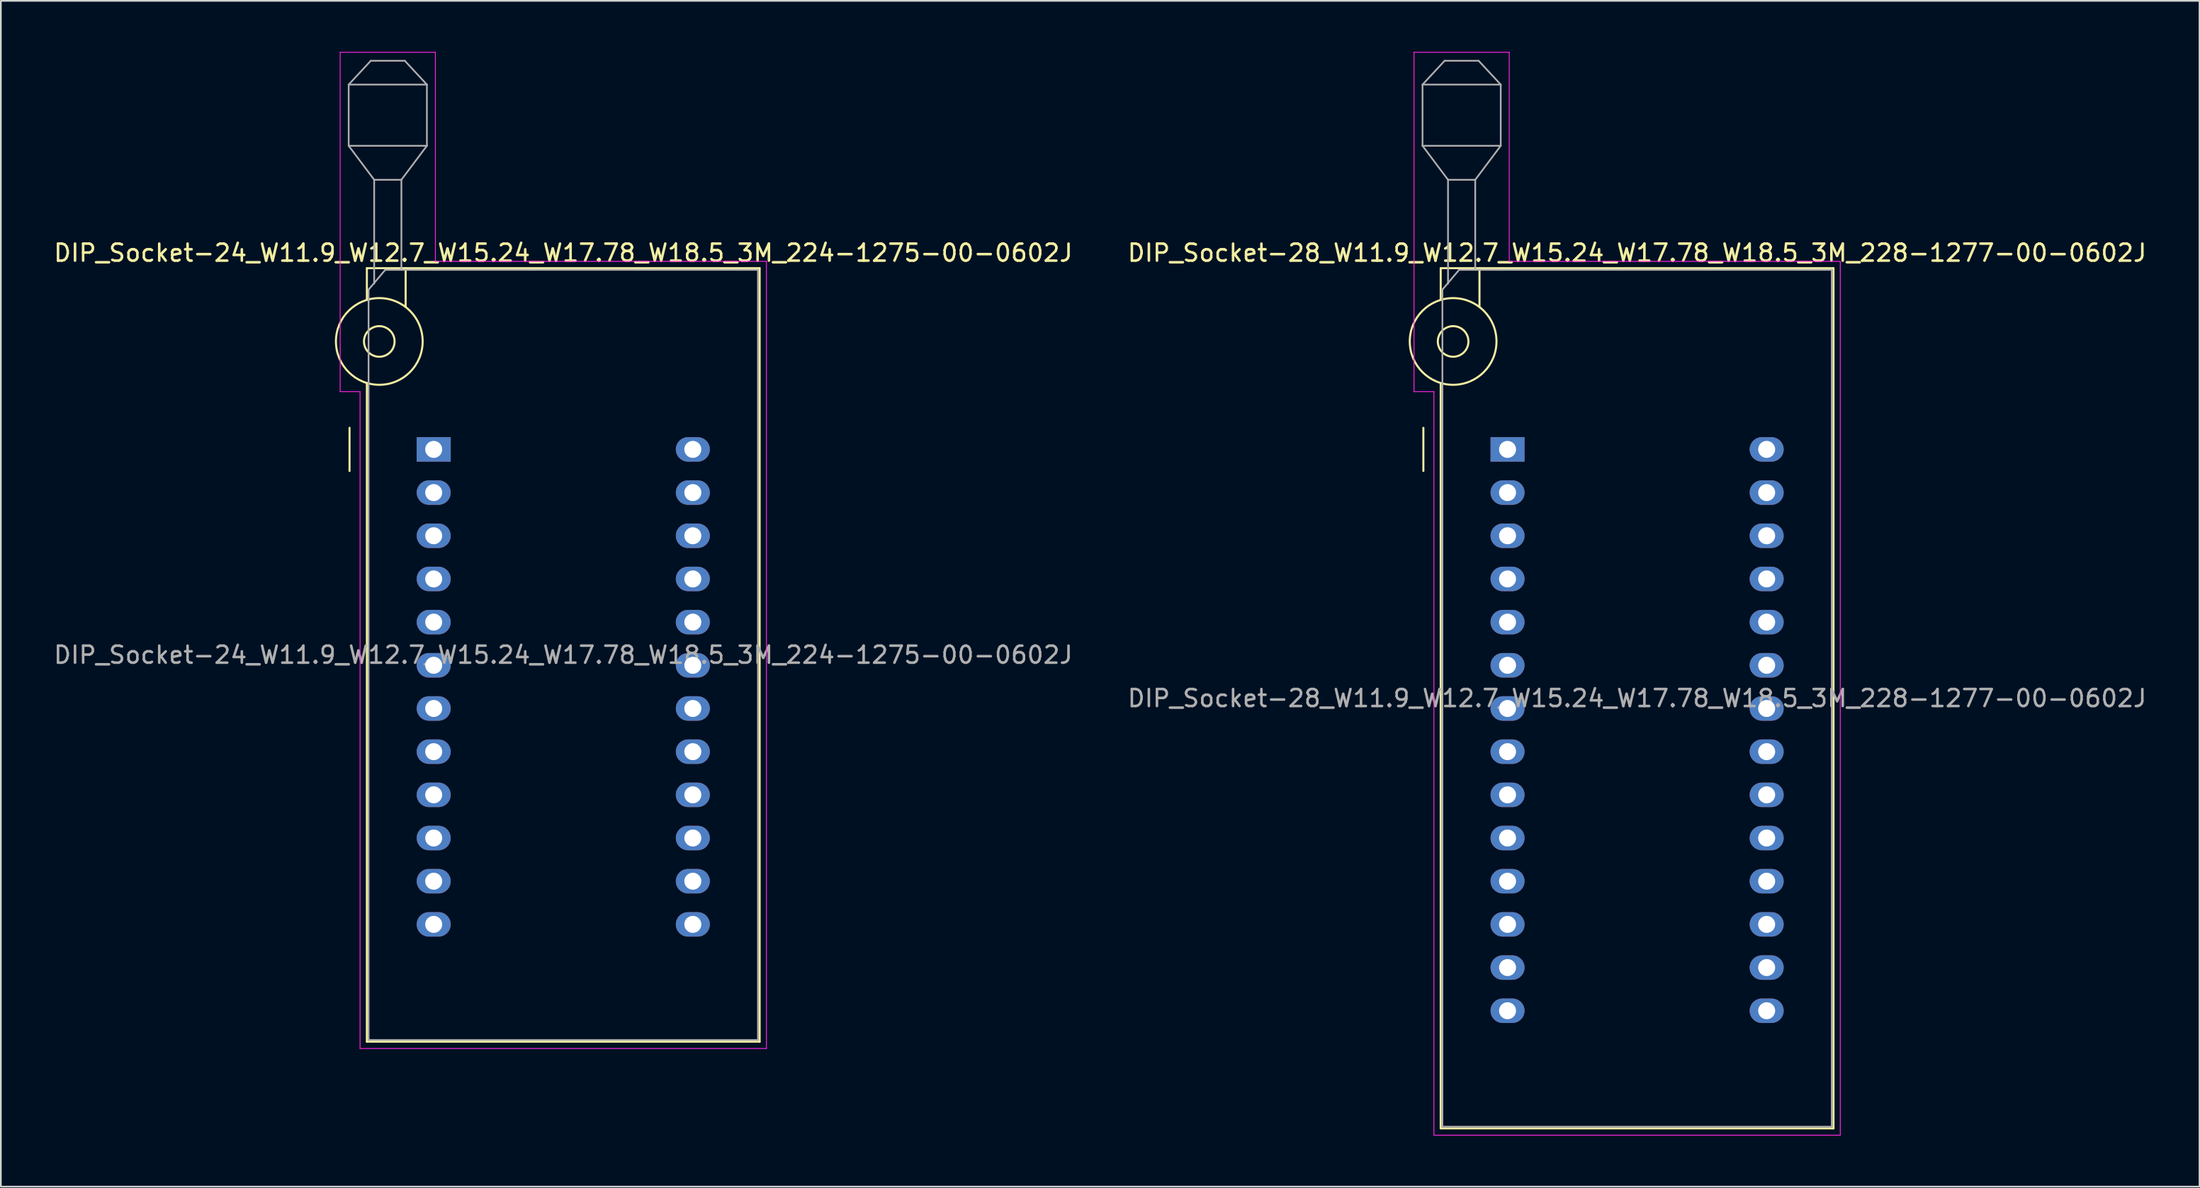
<source format=kicad_pcb>
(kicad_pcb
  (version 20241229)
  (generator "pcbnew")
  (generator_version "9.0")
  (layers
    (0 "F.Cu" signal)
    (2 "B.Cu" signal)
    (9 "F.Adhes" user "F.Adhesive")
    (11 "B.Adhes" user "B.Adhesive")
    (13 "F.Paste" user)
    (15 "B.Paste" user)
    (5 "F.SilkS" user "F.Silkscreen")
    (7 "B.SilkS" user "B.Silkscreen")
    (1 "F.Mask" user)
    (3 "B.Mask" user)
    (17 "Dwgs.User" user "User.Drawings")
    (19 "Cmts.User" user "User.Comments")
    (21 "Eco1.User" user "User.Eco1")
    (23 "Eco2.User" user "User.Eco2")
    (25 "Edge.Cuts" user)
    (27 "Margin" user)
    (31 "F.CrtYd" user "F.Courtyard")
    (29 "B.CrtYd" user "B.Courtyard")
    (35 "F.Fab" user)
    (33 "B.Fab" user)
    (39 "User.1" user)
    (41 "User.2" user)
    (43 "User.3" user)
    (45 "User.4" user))
  (footprint "DIP_Socket-28_W11.9_W12.7_W15.24_W17.78_W18.5_3M_228-1277-00-0602J"
    (layer "F.Cu")
    (at 85.612 23.385)
    (property "Reference" "DIP_Socket-28_W11.9_W12.7_W15.24_W17.78_W18.5_3M_228-1277-00-0602J" (at 7.62 -11.56 0) (layer "F.SilkS") (effects (font (size 1 1) (thickness 0.15))))
    (attr through_hole)
    (fp_line (start -4.95 1.27) (end -4.95 -1.27) (stroke (width 0.12) (type solid)) (layer "F.SilkS"))
    (fp_line (start -3.93 -10.66) (end -3.93 -8.8) (stroke (width 0.12) (type solid)) (layer "F.SilkS"))
    (fp_line (start -3.93 -3.9) (end -3.93 39.94) (stroke (width 0.12) (type solid)) (layer "F.SilkS"))
    (fp_line (start -3.93 39.94) (end 19.17 39.94) (stroke (width 0.12) (type solid)) (layer "F.SilkS"))
    (fp_line (start -1.65 -10.66) (end -1.65 -8.4) (stroke (width 0.12) (type solid)) (layer "F.SilkS"))
    (fp_line (start 19.17 -10.66) (end -3.93 -10.66) (stroke (width 0.12) (type solid)) (layer "F.SilkS"))
    (fp_line (start 19.17 39.94) (end 19.17 -10.66) (stroke (width 0.12) (type solid)) (layer "F.SilkS"))
    (fp_circle (center -3.2 -6.35) (end -2.3 -6.35) (stroke (width 0.12) (type solid)) (fill no) (layer "F.SilkS"))
    (fp_circle (center -3.2 -6.35) (end -0.65 -6.35) (stroke (width 0.12) (type solid)) (fill no) (layer "F.SilkS"))
    (fp_line (start -5.5 -23.36) (end 0.1 -23.36) (stroke (width 0.05) (type solid)) (layer "F.CrtYd"))
    (fp_line (start -5.5 -3.4) (end -5.5 -23.36) (stroke (width 0.05) (type solid)) (layer "F.CrtYd"))
    (fp_line (start -4.33 -3.4) (end -5.5 -3.4) (stroke (width 0.05) (type solid)) (layer "F.CrtYd"))
    (fp_line (start -4.33 40.34) (end -4.33 -3.4) (stroke (width 0.05) (type solid)) (layer "F.CrtYd"))
    (fp_line (start 0.1 -23.36) (end 0.1 -11.06) (stroke (width 0.05) (type solid)) (layer "F.CrtYd"))
    (fp_line (start 0.1 -11.06) (end 19.57 -11.06) (stroke (width 0.05) (type solid)) (layer "F.CrtYd"))
    (fp_line (start 19.57 -11.06) (end 19.57 40.34) (stroke (width 0.05) (type solid)) (layer "F.CrtYd"))
    (fp_line (start 19.57 40.34) (end -4.33 40.34) (stroke (width 0.05) (type solid)) (layer "F.CrtYd"))
    (fp_line (start -5 -21.46) (end -5 -17.86) (stroke (width 0.1) (type solid)) (layer "F.Fab"))
    (fp_line (start -5 -21.46) (end -3.7 -22.86) (stroke (width 0.1) (type solid)) (layer "F.Fab"))
    (fp_line (start -5 -17.86) (end -3.5 -15.86) (stroke (width 0.1) (type solid)) (layer "F.Fab"))
    (fp_line (start -5 -17.86) (end -0.4 -17.86) (stroke (width 0.1) (type solid)) (layer "F.Fab"))
    (fp_line (start -3.83 -9.4) (end -2.85 -10.56) (stroke (width 0.1) (type solid)) (layer "F.Fab"))
    (fp_line (start -3.83 39.84) (end -3.83 -9.4) (stroke (width 0.1) (type solid)) (layer "F.Fab"))
    (fp_line (start -3.7 -22.86) (end -1.7 -22.86) (stroke (width 0.1) (type solid)) (layer "F.Fab"))
    (fp_line (start -3.5 -15.86) (end -1.9 -15.86) (stroke (width 0.1) (type solid)) (layer "F.Fab"))
    (fp_line (start -3.5 -9.75) (end -3.5 -15.86) (stroke (width 0.1) (type solid)) (layer "F.Fab"))
    (fp_line (start -2.85 -10.56) (end 19.07 -10.56) (stroke (width 0.1) (type solid)) (layer "F.Fab"))
    (fp_line (start -1.9 -15.86) (end -1.9 -10.56) (stroke (width 0.1) (type solid)) (layer "F.Fab"))
    (fp_line (start -1.7 -22.86) (end -0.4 -21.46) (stroke (width 0.1) (type solid)) (layer "F.Fab"))
    (fp_line (start -0.4 -21.46) (end -5 -21.46) (stroke (width 0.1) (type solid)) (layer "F.Fab"))
    (fp_line (start -0.4 -17.86) (end -1.9 -15.86) (stroke (width 0.1) (type solid)) (layer "F.Fab"))
    (fp_line (start -0.4 -17.86) (end -0.4 -21.46) (stroke (width 0.1) (type solid)) (layer "F.Fab"))
    (fp_line (start 19.07 -10.56) (end 19.07 39.84) (stroke (width 0.1) (type solid)) (layer "F.Fab"))
    (fp_line (start 19.07 39.84) (end -3.83 39.84) (stroke (width 0.1) (type solid)) (layer "F.Fab"))
    (fp_text user "${REFERENCE}" (at 7.62 14.64 0) (layer "F.Fab") (effects (font (size 1 1) (thickness 0.15))))
    (pad "1" thru_hole rect (at 0 0) (size 2 1.44) (drill 1) (layers "*.Cu" "*.Mask"))
    (pad "2" thru_hole oval (at 0 2.54) (size 2 1.44) (drill 1) (layers "*.Cu" "*.Mask"))
    (pad "3" thru_hole oval (at 0 5.08) (size 2 1.44) (drill 1) (layers "*.Cu" "*.Mask"))
    (pad "4" thru_hole oval (at 0 7.62) (size 2 1.44) (drill 1) (layers "*.Cu" "*.Mask"))
    (pad "5" thru_hole oval (at 0 10.16) (size 2 1.44) (drill 1) (layers "*.Cu" "*.Mask"))
    (pad "6" thru_hole oval (at 0 12.7) (size 2 1.44) (drill 1) (layers "*.Cu" "*.Mask"))
    (pad "7" thru_hole oval (at 0 15.24) (size 2 1.44) (drill 1) (layers "*.Cu" "*.Mask"))
    (pad "8" thru_hole oval (at 0 17.78) (size 2 1.44) (drill 1) (layers "*.Cu" "*.Mask"))
    (pad "9" thru_hole oval (at 0 20.32) (size 2 1.44) (drill 1) (layers "*.Cu" "*.Mask"))
    (pad "10" thru_hole oval (at 0 22.86) (size 2 1.44) (drill 1) (layers "*.Cu" "*.Mask"))
    (pad "11" thru_hole oval (at 0 25.4) (size 2 1.44) (drill 1) (layers "*.Cu" "*.Mask"))
    (pad "12" thru_hole oval (at 0 27.94) (size 2 1.44) (drill 1) (layers "*.Cu" "*.Mask"))
    (pad "13" thru_hole oval (at 0 30.48) (size 2 1.44) (drill 1) (layers "*.Cu" "*.Mask"))
    (pad "14" thru_hole oval (at 0 33.02) (size 2 1.44) (drill 1) (layers "*.Cu" "*.Mask"))
    (pad "15" thru_hole oval (at 15.24 33.02) (size 2 1.44) (drill 1) (layers "*.Cu" "*.Mask"))
    (pad "16" thru_hole oval (at 15.24 30.48) (size 2 1.44) (drill 1) (layers "*.Cu" "*.Mask"))
    (pad "17" thru_hole oval (at 15.24 27.94) (size 2 1.44) (drill 1) (layers "*.Cu" "*.Mask"))
    (pad "18" thru_hole oval (at 15.24 25.4) (size 2 1.44) (drill 1) (layers "*.Cu" "*.Mask"))
    (pad "19" thru_hole oval (at 15.24 22.86) (size 2 1.44) (drill 1) (layers "*.Cu" "*.Mask"))
    (pad "20" thru_hole oval (at 15.24 20.32) (size 2 1.44) (drill 1) (layers "*.Cu" "*.Mask"))
    (pad "21" thru_hole oval (at 15.24 17.78) (size 2 1.44) (drill 1) (layers "*.Cu" "*.Mask"))
    (pad "22" thru_hole oval (at 15.24 15.24) (size 2 1.44) (drill 1) (layers "*.Cu" "*.Mask"))
    (pad "23" thru_hole oval (at 15.24 12.7) (size 2 1.44) (drill 1) (layers "*.Cu" "*.Mask"))
    (pad "24" thru_hole oval (at 15.24 10.16) (size 2 1.44) (drill 1) (layers "*.Cu" "*.Mask"))
    (pad "25" thru_hole oval (at 15.24 7.62) (size 2 1.44) (drill 1) (layers "*.Cu" "*.Mask"))
    (pad "26" thru_hole oval (at 15.24 5.08) (size 2 1.44) (drill 1) (layers "*.Cu" "*.Mask"))
    (pad "27" thru_hole oval (at 15.24 2.54) (size 2 1.44) (drill 1) (layers "*.Cu" "*.Mask"))
    (pad "28" thru_hole oval (at 15.24 0) (size 2 1.44) (drill 1) (layers "*.Cu" "*.Mask")))
  (footprint "DIP_Socket-24_W11.9_W12.7_W15.24_W17.78_W18.5_3M_224-1275-00-0602J"
    (layer "F.Cu")
    (at 22.457 23.385)
    (property "Reference" "DIP_Socket-24_W11.9_W12.7_W15.24_W17.78_W18.5_3M_224-1275-00-0602J" (at 7.62 -11.56 0) (layer "F.SilkS") (effects (font (size 1 1) (thickness 0.15))))
    (attr through_hole)
    (fp_line (start -4.95 1.27) (end -4.95 -1.27) (stroke (width 0.12) (type solid)) (layer "F.SilkS"))
    (fp_line (start -3.93 -10.66) (end -3.93 -8.8) (stroke (width 0.12) (type solid)) (layer "F.SilkS"))
    (fp_line (start -3.93 -3.9) (end -3.93 34.84) (stroke (width 0.12) (type solid)) (layer "F.SilkS"))
    (fp_line (start -3.93 34.84) (end 19.17 34.84) (stroke (width 0.12) (type solid)) (layer "F.SilkS"))
    (fp_line (start -1.65 -10.66) (end -1.65 -8.4) (stroke (width 0.12) (type solid)) (layer "F.SilkS"))
    (fp_line (start 19.17 -10.66) (end -3.93 -10.66) (stroke (width 0.12) (type solid)) (layer "F.SilkS"))
    (fp_line (start 19.17 34.84) (end 19.17 -10.66) (stroke (width 0.12) (type solid)) (layer "F.SilkS"))
    (fp_circle (center -3.2 -6.35) (end -2.3 -6.35) (stroke (width 0.12) (type solid)) (fill no) (layer "F.SilkS"))
    (fp_circle (center -3.2 -6.35) (end -0.65 -6.35) (stroke (width 0.12) (type solid)) (fill no) (layer "F.SilkS"))
    (fp_line (start -5.5 -23.36) (end 0.1 -23.36) (stroke (width 0.05) (type solid)) (layer "F.CrtYd"))
    (fp_line (start -5.5 -3.4) (end -5.5 -23.36) (stroke (width 0.05) (type solid)) (layer "F.CrtYd"))
    (fp_line (start -4.33 -3.4) (end -5.5 -3.4) (stroke (width 0.05) (type solid)) (layer "F.CrtYd"))
    (fp_line (start -4.33 35.24) (end -4.33 -3.4) (stroke (width 0.05) (type solid)) (layer "F.CrtYd"))
    (fp_line (start 0.1 -23.36) (end 0.1 -11.06) (stroke (width 0.05) (type solid)) (layer "F.CrtYd"))
    (fp_line (start 0.1 -11.06) (end 19.57 -11.06) (stroke (width 0.05) (type solid)) (layer "F.CrtYd"))
    (fp_line (start 19.57 -11.06) (end 19.57 35.24) (stroke (width 0.05) (type solid)) (layer "F.CrtYd"))
    (fp_line (start 19.57 35.24) (end -4.33 35.24) (stroke (width 0.05) (type solid)) (layer "F.CrtYd"))
    (fp_line (start -5 -21.46) (end -5 -17.86) (stroke (width 0.1) (type solid)) (layer "F.Fab"))
    (fp_line (start -5 -21.46) (end -3.7 -22.86) (stroke (width 0.1) (type solid)) (layer "F.Fab"))
    (fp_line (start -5 -17.86) (end -3.5 -15.86) (stroke (width 0.1) (type solid)) (layer "F.Fab"))
    (fp_line (start -5 -17.86) (end -0.4 -17.86) (stroke (width 0.1) (type solid)) (layer "F.Fab"))
    (fp_line (start -3.83 -9.4) (end -2.85 -10.56) (stroke (width 0.1) (type solid)) (layer "F.Fab"))
    (fp_line (start -3.83 34.74) (end -3.83 -9.4) (stroke (width 0.1) (type solid)) (layer "F.Fab"))
    (fp_line (start -3.7 -22.86) (end -1.7 -22.86) (stroke (width 0.1) (type solid)) (layer "F.Fab"))
    (fp_line (start -3.5 -15.86) (end -1.9 -15.86) (stroke (width 0.1) (type solid)) (layer "F.Fab"))
    (fp_line (start -3.5 -9.75) (end -3.5 -15.86) (stroke (width 0.1) (type solid)) (layer "F.Fab"))
    (fp_line (start -2.85 -10.56) (end 19.07 -10.56) (stroke (width 0.1) (type solid)) (layer "F.Fab"))
    (fp_line (start -1.9 -15.86) (end -1.9 -10.56) (stroke (width 0.1) (type solid)) (layer "F.Fab"))
    (fp_line (start -1.7 -22.86) (end -0.4 -21.46) (stroke (width 0.1) (type solid)) (layer "F.Fab"))
    (fp_line (start -0.4 -21.46) (end -5 -21.46) (stroke (width 0.1) (type solid)) (layer "F.Fab"))
    (fp_line (start -0.4 -17.86) (end -1.9 -15.86) (stroke (width 0.1) (type solid)) (layer "F.Fab"))
    (fp_line (start -0.4 -17.86) (end -0.4 -21.46) (stroke (width 0.1) (type solid)) (layer "F.Fab"))
    (fp_line (start 19.07 -10.56) (end 19.07 34.74) (stroke (width 0.1) (type solid)) (layer "F.Fab"))
    (fp_line (start 19.07 34.74) (end -3.83 34.74) (stroke (width 0.1) (type solid)) (layer "F.Fab"))
    (fp_text user "${REFERENCE}" (at 7.62 12.09 0) (layer "F.Fab") (effects (font (size 1 1) (thickness 0.15))))
    (pad "1" thru_hole rect (at 0 0) (size 2 1.44) (drill 1) (layers "*.Cu" "*.Mask"))
    (pad "2" thru_hole oval (at 0 2.54) (size 2 1.44) (drill 1) (layers "*.Cu" "*.Mask"))
    (pad "3" thru_hole oval (at 0 5.08) (size 2 1.44) (drill 1) (layers "*.Cu" "*.Mask"))
    (pad "4" thru_hole oval (at 0 7.62) (size 2 1.44) (drill 1) (layers "*.Cu" "*.Mask"))
    (pad "5" thru_hole oval (at 0 10.16) (size 2 1.44) (drill 1) (layers "*.Cu" "*.Mask"))
    (pad "6" thru_hole oval (at 0 12.7) (size 2 1.44) (drill 1) (layers "*.Cu" "*.Mask"))
    (pad "7" thru_hole oval (at 0 15.24) (size 2 1.44) (drill 1) (layers "*.Cu" "*.Mask"))
    (pad "8" thru_hole oval (at 0 17.78) (size 2 1.44) (drill 1) (layers "*.Cu" "*.Mask"))
    (pad "9" thru_hole oval (at 0 20.32) (size 2 1.44) (drill 1) (layers "*.Cu" "*.Mask"))
    (pad "10" thru_hole oval (at 0 22.86) (size 2 1.44) (drill 1) (layers "*.Cu" "*.Mask"))
    (pad "11" thru_hole oval (at 0 25.4) (size 2 1.44) (drill 1) (layers "*.Cu" "*.Mask"))
    (pad "12" thru_hole oval (at 0 27.94) (size 2 1.44) (drill 1) (layers "*.Cu" "*.Mask"))
    (pad "13" thru_hole oval (at 15.24 27.94) (size 2 1.44) (drill 1) (layers "*.Cu" "*.Mask"))
    (pad "14" thru_hole oval (at 15.24 25.4) (size 2 1.44) (drill 1) (layers "*.Cu" "*.Mask"))
    (pad "15" thru_hole oval (at 15.24 22.86) (size 2 1.44) (drill 1) (layers "*.Cu" "*.Mask"))
    (pad "16" thru_hole oval (at 15.24 20.32) (size 2 1.44) (drill 1) (layers "*.Cu" "*.Mask"))
    (pad "17" thru_hole oval (at 15.24 17.78) (size 2 1.44) (drill 1) (layers "*.Cu" "*.Mask"))
    (pad "18" thru_hole oval (at 15.24 15.24) (size 2 1.44) (drill 1) (layers "*.Cu" "*.Mask"))
    (pad "19" thru_hole oval (at 15.24 12.7) (size 2 1.44) (drill 1) (layers "*.Cu" "*.Mask"))
    (pad "20" thru_hole oval (at 15.24 10.16) (size 2 1.44) (drill 1) (layers "*.Cu" "*.Mask"))
    (pad "21" thru_hole oval (at 15.24 7.62) (size 2 1.44) (drill 1) (layers "*.Cu" "*.Mask"))
    (pad "22" thru_hole oval (at 15.24 5.08) (size 2 1.44) (drill 1) (layers "*.Cu" "*.Mask"))
    (pad "23" thru_hole oval (at 15.24 2.54) (size 2 1.44) (drill 1) (layers "*.Cu" "*.Mask"))
    (pad "24" thru_hole oval (at 15.24 0) (size 2 1.44) (drill 1) (layers "*.Cu" "*.Mask")))
  (gr_rect
    (start -3 -3)
    (end 126.31 66.75)
    (stroke (width 0.1) (type default))
    (fill no)
    (layer "Edge.Cuts")))
</source>
